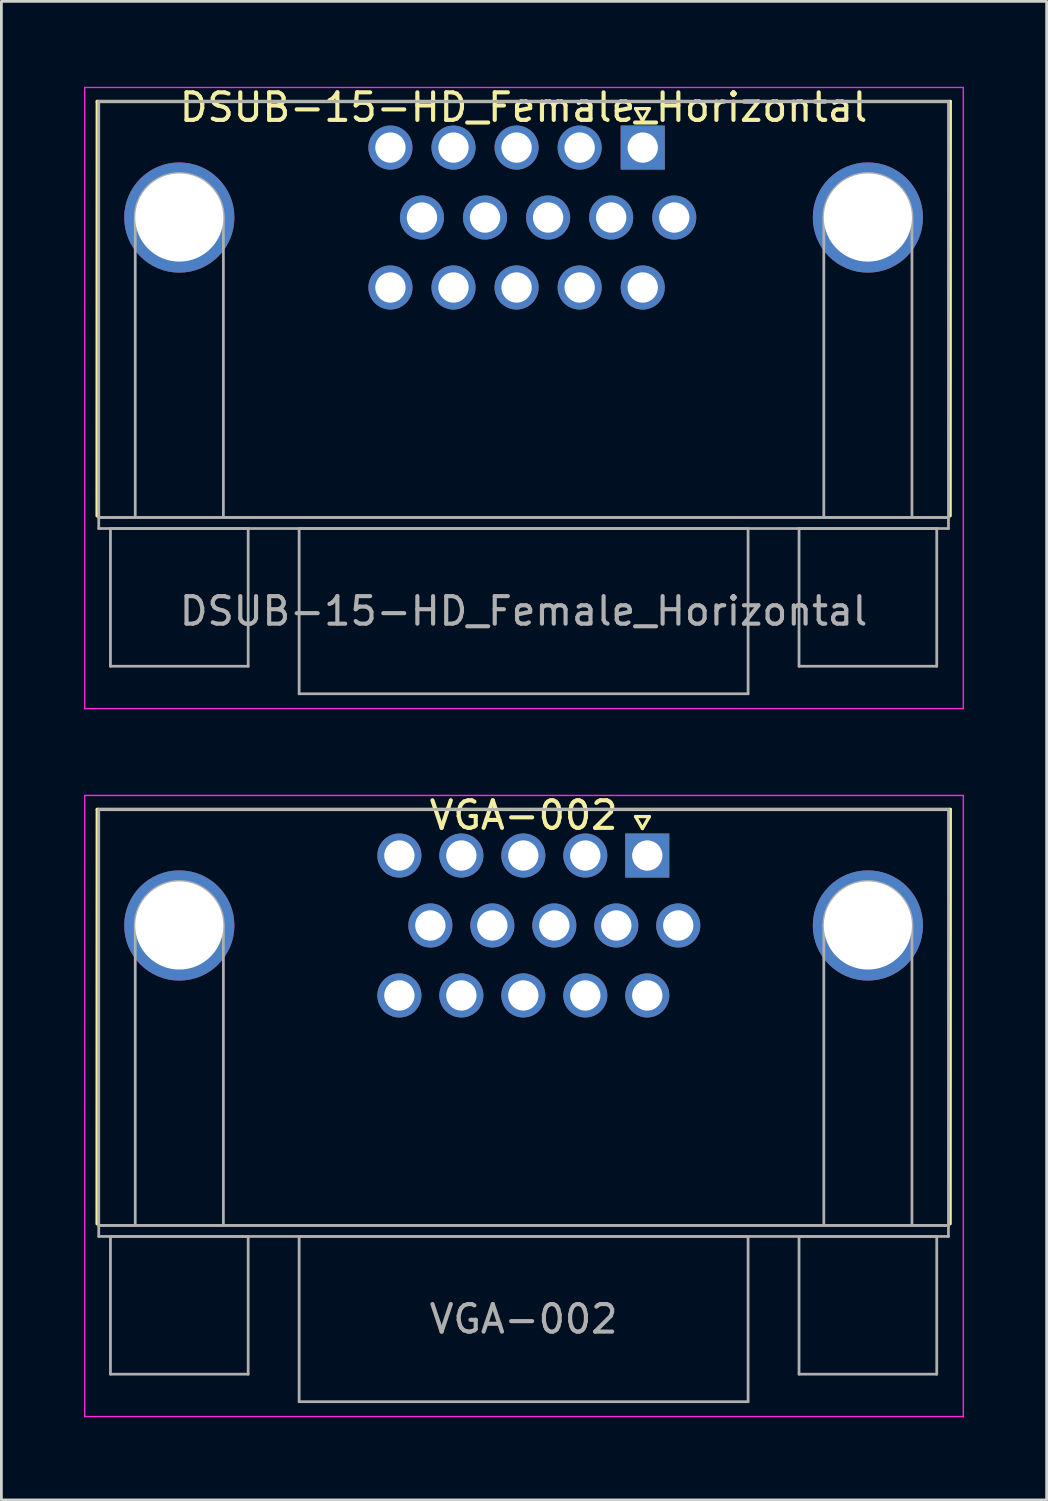
<source format=kicad_pcb>
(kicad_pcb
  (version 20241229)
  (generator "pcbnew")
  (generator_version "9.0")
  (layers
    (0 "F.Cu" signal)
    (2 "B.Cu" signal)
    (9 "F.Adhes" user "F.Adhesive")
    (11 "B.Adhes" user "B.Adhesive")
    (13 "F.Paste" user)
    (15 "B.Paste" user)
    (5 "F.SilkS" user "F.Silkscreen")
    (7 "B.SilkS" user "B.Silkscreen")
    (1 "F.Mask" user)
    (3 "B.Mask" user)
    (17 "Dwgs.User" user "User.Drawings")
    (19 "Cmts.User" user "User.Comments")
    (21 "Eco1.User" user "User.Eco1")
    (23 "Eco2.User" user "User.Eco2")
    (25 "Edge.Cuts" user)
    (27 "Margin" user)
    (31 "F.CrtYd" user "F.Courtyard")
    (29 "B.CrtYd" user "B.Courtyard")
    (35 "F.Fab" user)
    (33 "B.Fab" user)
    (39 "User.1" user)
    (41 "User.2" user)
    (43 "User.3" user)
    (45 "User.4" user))
  (footprint "VGA-002"
    (layer "F.Cu")
    (at 20.275 29.131)
    (property "Reference" "VGA-002" (at -4.315 -2.58 0) (layer "F.SilkS") (effects (font (size 1 1) (thickness 0.15))))
    (attr through_hole)
    (fp_line (start -19.8 12.25) (end -19.794 -2.794) (stroke (width 0.12) (type solid)) (layer "F.SilkS"))
    (fp_line (start -19.794 -2.794) (end 11.176 -2.794) (stroke (width 0.12) (type solid)) (layer "F.SilkS"))
    (fp_line (start -0.25 -2.534) (end 0.25 -2.534) (stroke (width 0.12) (type solid)) (layer "F.SilkS"))
    (fp_line (start 0 -2.101) (end -0.25 -2.534) (stroke (width 0.12) (type solid)) (layer "F.SilkS"))
    (fp_line (start 0.25 -2.534) (end 0 -2.101) (stroke (width 0.12) (type solid)) (layer "F.SilkS"))
    (fp_line (start 11.176 -2.794) (end 11.17 12.25) (stroke (width 0.12) (type solid)) (layer "F.SilkS"))
    (fp_line (start -20.25 -3.302) (end -20.25 19.25) (stroke (width 0.05) (type solid)) (layer "F.CrtYd"))
    (fp_line (start -20.25 19.25) (end 11.65 19.25) (stroke (width 0.05) (type solid)) (layer "F.CrtYd"))
    (fp_line (start 11.65 -3.302) (end -20.25 -3.302) (stroke (width 0.05) (type solid)) (layer "F.CrtYd"))
    (fp_line (start 11.65 19.25) (end 11.65 -3.302) (stroke (width 0.05) (type solid)) (layer "F.CrtYd"))
    (fp_line (start -19.74 -2.794) (end -19.74 12.31) (stroke (width 0.1) (type solid)) (layer "F.Fab"))
    (fp_line (start -19.74 12.31) (end -19.74 12.71) (stroke (width 0.1) (type solid)) (layer "F.Fab"))
    (fp_line (start -19.74 12.31) (end 11.11 12.31) (stroke (width 0.1) (type solid)) (layer "F.Fab"))
    (fp_line (start -19.74 12.71) (end 11.11 12.71) (stroke (width 0.1) (type solid)) (layer "F.Fab"))
    (fp_line (start -19.315 12.71) (end -19.315 17.71) (stroke (width 0.1) (type solid)) (layer "F.Fab"))
    (fp_line (start -19.315 17.71) (end -14.315 17.71) (stroke (width 0.1) (type solid)) (layer "F.Fab"))
    (fp_line (start -18.415 12.31) (end -18.415 1.42) (stroke (width 0.1) (type solid)) (layer "F.Fab"))
    (fp_line (start -15.215 12.31) (end -15.215 1.42) (stroke (width 0.1) (type solid)) (layer "F.Fab"))
    (fp_line (start -14.315 12.71) (end -19.315 12.71) (stroke (width 0.1) (type solid)) (layer "F.Fab"))
    (fp_line (start -14.315 17.71) (end -14.315 12.71) (stroke (width 0.1) (type solid)) (layer "F.Fab"))
    (fp_line (start -12.465 12.71) (end -12.465 18.71) (stroke (width 0.1) (type solid)) (layer "F.Fab"))
    (fp_line (start -12.465 18.71) (end 3.835 18.71) (stroke (width 0.1) (type solid)) (layer "F.Fab"))
    (fp_line (start 3.835 12.71) (end -12.465 12.71) (stroke (width 0.1) (type solid)) (layer "F.Fab"))
    (fp_line (start 3.835 18.71) (end 3.835 12.71) (stroke (width 0.1) (type solid)) (layer "F.Fab"))
    (fp_line (start 5.685 12.71) (end 5.685 17.71) (stroke (width 0.1) (type solid)) (layer "F.Fab"))
    (fp_line (start 5.685 17.71) (end 10.685 17.71) (stroke (width 0.1) (type solid)) (layer "F.Fab"))
    (fp_line (start 6.585 12.31) (end 6.585 1.42) (stroke (width 0.1) (type solid)) (layer "F.Fab"))
    (fp_line (start 9.785 12.31) (end 9.785 1.42) (stroke (width 0.1) (type solid)) (layer "F.Fab"))
    (fp_line (start 10.685 12.71) (end 5.685 12.71) (stroke (width 0.1) (type solid)) (layer "F.Fab"))
    (fp_line (start 10.685 17.71) (end 10.685 12.71) (stroke (width 0.1) (type solid)) (layer "F.Fab"))
    (fp_line (start 11.11 -2.794) (end -19.74 -2.794) (stroke (width 0.1) (type solid)) (layer "F.Fab"))
    (fp_line (start 11.11 12.31) (end -19.74 12.31) (stroke (width 0.1) (type solid)) (layer "F.Fab"))
    (fp_line (start 11.11 12.31) (end 11.11 -2.794) (stroke (width 0.1) (type solid)) (layer "F.Fab"))
    (fp_line (start 11.11 12.71) (end 11.11 12.31) (stroke (width 0.1) (type solid)) (layer "F.Fab"))
    (fp_arc (start -18.415 1.42) (mid -16.815 -0.18) (end -15.215 1.42) (stroke (width 0.1) (type solid)) (layer "F.Fab"))
    (fp_arc (start 6.585 1.42) (mid 8.185 -0.18) (end 9.785 1.42) (stroke (width 0.1) (type solid)) (layer "F.Fab"))
    (fp_text user "${REFERENCE}" (at -4.315 15.71 0) (layer "F.Fab") (effects (font (size 1 1) (thickness 0.15))))
    (pad "0" thru_hole circle (at -16.815 1.42) (size 4 4) (drill 3.2) (layers "*.Cu" "*.Mask"))
    (pad "0" thru_hole circle (at 8.185 1.42) (size 4 4) (drill 3.2) (layers "*.Cu" "*.Mask"))
    (pad "1" thru_hole rect (at 0.175 -1.12) (size 1.6 1.6) (drill 1.1) (layers "*.Cu" "*.Mask"))
    (pad "2" thru_hole circle (at -2.075 -1.12) (size 1.6 1.6) (drill 1.1) (layers "*.Cu" "*.Mask"))
    (pad "3" thru_hole circle (at -4.325 -1.12) (size 1.6 1.6) (drill 1.1) (layers "*.Cu" "*.Mask"))
    (pad "4" thru_hole circle (at -6.575 -1.12) (size 1.6 1.6) (drill 1.1) (layers "*.Cu" "*.Mask"))
    (pad "5" thru_hole circle (at -8.825 -1.12) (size 1.6 1.6) (drill 1.1) (layers "*.Cu" "*.Mask"))
    (pad "6" thru_hole circle (at 1.3 1.42) (size 1.6 1.6) (drill 1.1) (layers "*.Cu" "*.Mask"))
    (pad "7" thru_hole circle (at -0.95 1.42) (size 1.6 1.6) (drill 1.1) (layers "*.Cu" "*.Mask"))
    (pad "8" thru_hole circle (at -3.2 1.42) (size 1.6 1.6) (drill 1.1) (layers "*.Cu" "*.Mask"))
    (pad "9" thru_hole circle (at -5.45 1.42) (size 1.6 1.6) (drill 1.1) (layers "*.Cu" "*.Mask"))
    (pad "10" thru_hole circle (at -7.7 1.42) (size 1.6 1.6) (drill 1.1) (layers "*.Cu" "*.Mask"))
    (pad "11" thru_hole circle (at 0.175 3.96) (size 1.6 1.6) (drill 1.1) (layers "*.Cu" "*.Mask"))
    (pad "12" thru_hole circle (at -2.075 3.96) (size 1.6 1.6) (drill 1.1) (layers "*.Cu" "*.Mask"))
    (pad "13" thru_hole circle (at -4.325 3.96) (size 1.6 1.6) (drill 1.1) (layers "*.Cu" "*.Mask"))
    (pad "14" thru_hole circle (at -6.575 3.96) (size 1.6 1.6) (drill 1.1) (layers "*.Cu" "*.Mask"))
    (pad "15" thru_hole circle (at -8.825 3.96) (size 1.6 1.6) (drill 1.1) (layers "*.Cu" "*.Mask")))
  (footprint "DSUB-15-HD_Female_Horizontal"
    (layer "F.Cu")
    (at 20.275 3.428)
    (property "Reference" "DSUB-15-HD_Female_Horizontal" (at -4.315 -2.58 0) (layer "F.SilkS") (effects (font (size 1 1) (thickness 0.15))))
    (attr through_hole)
    (fp_line (start -19.8 12.25) (end -19.794 -2.794) (stroke (width 0.12) (type solid)) (layer "F.SilkS"))
    (fp_line (start -19.794 -2.794) (end 11.176 -2.794) (stroke (width 0.12) (type solid)) (layer "F.SilkS"))
    (fp_line (start -0.25 -2.534) (end 0.25 -2.534) (stroke (width 0.12) (type solid)) (layer "F.SilkS"))
    (fp_line (start 0 -2.101) (end -0.25 -2.534) (stroke (width 0.12) (type solid)) (layer "F.SilkS"))
    (fp_line (start 0.25 -2.534) (end 0 -2.101) (stroke (width 0.12) (type solid)) (layer "F.SilkS"))
    (fp_line (start 11.176 -2.794) (end 11.17 12.25) (stroke (width 0.12) (type solid)) (layer "F.SilkS"))
    (fp_line (start -20.25 -3.302) (end -20.25 19.25) (stroke (width 0.05) (type solid)) (layer "F.CrtYd"))
    (fp_line (start -20.25 19.25) (end 11.65 19.25) (stroke (width 0.05) (type solid)) (layer "F.CrtYd"))
    (fp_line (start 11.65 -3.302) (end -20.25 -3.302) (stroke (width 0.05) (type solid)) (layer "F.CrtYd"))
    (fp_line (start 11.65 19.25) (end 11.65 -3.302) (stroke (width 0.05) (type solid)) (layer "F.CrtYd"))
    (fp_line (start -19.74 -2.794) (end -19.74 12.31) (stroke (width 0.1) (type solid)) (layer "F.Fab"))
    (fp_line (start -19.74 12.31) (end -19.74 12.71) (stroke (width 0.1) (type solid)) (layer "F.Fab"))
    (fp_line (start -19.74 12.31) (end 11.11 12.31) (stroke (width 0.1) (type solid)) (layer "F.Fab"))
    (fp_line (start -19.74 12.71) (end 11.11 12.71) (stroke (width 0.1) (type solid)) (layer "F.Fab"))
    (fp_line (start -19.315 12.71) (end -19.315 17.71) (stroke (width 0.1) (type solid)) (layer "F.Fab"))
    (fp_line (start -19.315 17.71) (end -14.315 17.71) (stroke (width 0.1) (type solid)) (layer "F.Fab"))
    (fp_line (start -18.415 12.31) (end -18.415 1.42) (stroke (width 0.1) (type solid)) (layer "F.Fab"))
    (fp_line (start -15.215 12.31) (end -15.215 1.42) (stroke (width 0.1) (type solid)) (layer "F.Fab"))
    (fp_line (start -14.315 12.71) (end -19.315 12.71) (stroke (width 0.1) (type solid)) (layer "F.Fab"))
    (fp_line (start -14.315 17.71) (end -14.315 12.71) (stroke (width 0.1) (type solid)) (layer "F.Fab"))
    (fp_line (start -12.465 12.71) (end -12.465 18.71) (stroke (width 0.1) (type solid)) (layer "F.Fab"))
    (fp_line (start -12.465 18.71) (end 3.835 18.71) (stroke (width 0.1) (type solid)) (layer "F.Fab"))
    (fp_line (start 3.835 12.71) (end -12.465 12.71) (stroke (width 0.1) (type solid)) (layer "F.Fab"))
    (fp_line (start 3.835 18.71) (end 3.835 12.71) (stroke (width 0.1) (type solid)) (layer "F.Fab"))
    (fp_line (start 5.685 12.71) (end 5.685 17.71) (stroke (width 0.1) (type solid)) (layer "F.Fab"))
    (fp_line (start 5.685 17.71) (end 10.685 17.71) (stroke (width 0.1) (type solid)) (layer "F.Fab"))
    (fp_line (start 6.585 12.31) (end 6.585 1.42) (stroke (width 0.1) (type solid)) (layer "F.Fab"))
    (fp_line (start 9.785 12.31) (end 9.785 1.42) (stroke (width 0.1) (type solid)) (layer "F.Fab"))
    (fp_line (start 10.685 12.71) (end 5.685 12.71) (stroke (width 0.1) (type solid)) (layer "F.Fab"))
    (fp_line (start 10.685 17.71) (end 10.685 12.71) (stroke (width 0.1) (type solid)) (layer "F.Fab"))
    (fp_line (start 11.11 -2.794) (end -19.74 -2.794) (stroke (width 0.1) (type solid)) (layer "F.Fab"))
    (fp_line (start 11.11 12.31) (end -19.74 12.31) (stroke (width 0.1) (type solid)) (layer "F.Fab"))
    (fp_line (start 11.11 12.31) (end 11.11 -2.794) (stroke (width 0.1) (type solid)) (layer "F.Fab"))
    (fp_line (start 11.11 12.71) (end 11.11 12.31) (stroke (width 0.1) (type solid)) (layer "F.Fab"))
    (fp_arc (start -18.415 1.42) (mid -16.815 -0.18) (end -15.215 1.42) (stroke (width 0.1) (type solid)) (layer "F.Fab"))
    (fp_arc (start 6.585 1.42) (mid 8.185 -0.18) (end 9.785 1.42) (stroke (width 0.1) (type solid)) (layer "F.Fab"))
    (fp_text user "${REFERENCE}" (at -4.315 15.71 0) (layer "F.Fab") (effects (font (size 1 1) (thickness 0.15))))
    (pad "0" thru_hole circle (at -16.815 1.42) (size 4 4) (drill 3.2) (layers "*.Cu" "*.Mask"))
    (pad "0" thru_hole circle (at 8.185 1.42) (size 4 4) (drill 3.2) (layers "*.Cu" "*.Mask"))
    (pad "1" thru_hole rect (at 0.01 -1.12) (size 1.6 1.6) (drill 1.1) (layers "*.Cu" "*.Mask"))
    (pad "2" thru_hole circle (at -2.28 -1.12) (size 1.6 1.6) (drill 1.1) (layers "*.Cu" "*.Mask"))
    (pad "3" thru_hole circle (at -4.57 -1.12) (size 1.6 1.6) (drill 1.1) (layers "*.Cu" "*.Mask"))
    (pad "4" thru_hole circle (at -6.86 -1.12) (size 1.6 1.6) (drill 1.1) (layers "*.Cu" "*.Mask"))
    (pad "5" thru_hole circle (at -9.15 -1.12) (size 1.6 1.6) (drill 1.1) (layers "*.Cu" "*.Mask"))
    (pad "6" thru_hole circle (at 1.155 1.42) (size 1.6 1.6) (drill 1.1) (layers "*.Cu" "*.Mask"))
    (pad "7" thru_hole circle (at -1.135 1.42) (size 1.6 1.6) (drill 1.1) (layers "*.Cu" "*.Mask"))
    (pad "8" thru_hole circle (at -3.425 1.42) (size 1.6 1.6) (drill 1.1) (layers "*.Cu" "*.Mask"))
    (pad "9" thru_hole circle (at -5.715 1.42) (size 1.6 1.6) (drill 1.1) (layers "*.Cu" "*.Mask"))
    (pad "10" thru_hole circle (at -8.005 1.42) (size 1.6 1.6) (drill 1.1) (layers "*.Cu" "*.Mask"))
    (pad "11" thru_hole circle (at 0.01 3.96) (size 1.6 1.6) (drill 1.1) (layers "*.Cu" "*.Mask"))
    (pad "12" thru_hole circle (at -2.28 3.96) (size 1.6 1.6) (drill 1.1) (layers "*.Cu" "*.Mask"))
    (pad "13" thru_hole circle (at -4.57 3.96) (size 1.6 1.6) (drill 1.1) (layers "*.Cu" "*.Mask"))
    (pad "14" thru_hole circle (at -6.86 3.96) (size 1.6 1.6) (drill 1.1) (layers "*.Cu" "*.Mask"))
    (pad "15" thru_hole circle (at -9.15 3.96) (size 1.6 1.6) (drill 1.1) (layers "*.Cu" "*.Mask")))
  (gr_rect
    (start -3 -3)
    (end 34.95 51.407)
    (stroke (width 0.1) (type default))
    (fill no)
    (layer "Edge.Cuts")))
</source>
